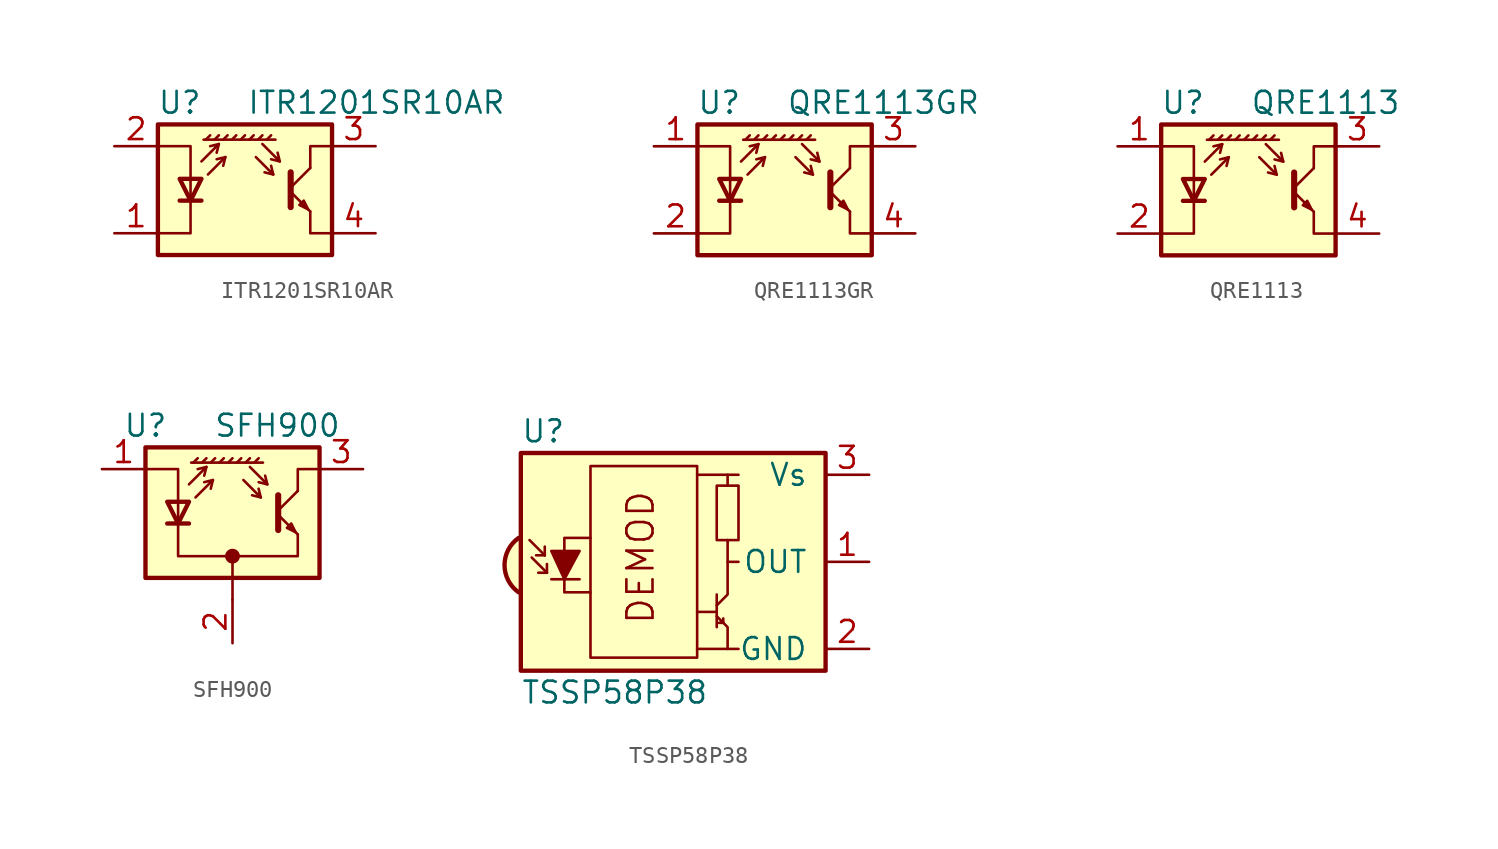
<source format=kicad_sym>
(kicad_symbol_lib
  (version 20201005)
  (generator kicad_symbol_editor)
  (symbol "ITR1201SR10AR"
    (pin_names
      (offset 0.025) hide)
    (property "Reference" "U"
      (at -3.81 5.08 0)
      (effects (font (size 1.27 1.27))))
    (property "Value" "ITR1201SR10AR"
      (at 15.24 5.08 0)
      (effects (font (size 1.27 1.27)) (justify right)))
    (symbol "ITR1201SR10AR_0_1"
      (polyline (pts (xy -3.81 -0.635) (xy -2.54 -0.635)) (stroke (width 0.254)) (fill (type none)))
      (polyline (pts (xy -2.286 2.921) (xy -2.032 3.175)) (stroke (width 0)) (fill (type none)))
      (polyline (pts (xy -1.778 2.921) (xy -1.524 3.175)) (stroke (width 0)) (fill (type none)))
      (polyline (pts (xy -1.524 2.667) (xy -1.651 2.159)) (stroke (width 0)) (fill (type none)))
      (polyline (pts (xy -1.27 2.921) (xy -1.016 3.175)) (stroke (width 0)) (fill (type none)))
      (polyline (pts (xy -1.143 1.905) (xy -1.27 1.397)) (stroke (width 0)) (fill (type none)))
      (polyline (pts (xy -0.762 2.921) (xy -0.508 3.175)) (stroke (width 0)) (fill (type none)))
      (polyline (pts (xy -0.254 2.921) (xy 0 3.175)) (stroke (width 0)) (fill (type none)))
      (polyline (pts (xy 0.254 2.921) (xy 0.508 3.175)) (stroke (width 0)) (fill (type none)))
      (polyline (pts (xy 0.762 2.921) (xy 1.016 3.175)) (stroke (width 0)) (fill (type none)))
      (polyline (pts (xy 1.27 2.921) (xy 1.524 3.175)) (stroke (width 0)) (fill (type none)))
      (polyline (pts (xy 1.651 0.889) (xy 1.143 1.016)) (stroke (width 0)) (fill (type none)))
      (polyline (pts (xy 1.778 2.921) (xy -2.413 2.921)) (stroke (width 0)) (fill (type none)))
      (polyline (pts (xy 2.032 1.651) (xy 1.524 1.778)) (stroke (width 0)) (fill (type none)))
      (polyline (pts (xy 2.667 -0.127) (xy 3.81 -1.27)) (stroke (width 0)) (fill (type none)))
      (polyline (pts (xy 2.667 0.127) (xy 3.81 1.27)) (stroke (width 0)) (fill (type none)))
      (polyline (pts (xy -2.54 1.651) (xy -1.524 2.667) (xy -2.032 2.54)) (stroke (width 0)) (fill (type none)))
      (polyline (pts (xy -2.159 0.889) (xy -1.143 1.905) (xy -1.651 1.778)) (stroke (width 0)) (fill (type none)))
      (polyline (pts (xy 0.635 1.905) (xy 1.651 0.889) (xy 1.524 1.397)) (stroke (width 0)) (fill (type none)))
      (polyline (pts (xy 1.016 2.667) (xy 2.032 1.651) (xy 1.905 2.159)) (stroke (width 0)) (fill (type none)))
      (polyline (pts (xy 2.667 1.016) (xy 2.667 -1.016) (xy 2.667 -1.016)) (stroke (width 0.356)) (fill (type none)))
      (polyline (pts (xy 3.81 -1.27) (xy 3.81 -2.54) (xy 5.08 -2.54)) (stroke (width 0)) (fill (type none)))
      (polyline (pts (xy 3.81 1.27) (xy 3.81 2.54) (xy 5.08 2.54)) (stroke (width 0)) (fill (type none)))
      (polyline (pts (xy -5.08 -2.54) (xy -3.175 -2.54) (xy -3.175 2.54) (xy -5.08 2.54)) (stroke (width 0)) (fill (type none)))
      (polyline (pts (xy -3.175 -0.635) (xy -3.81 0.635) (xy -2.54 0.635) (xy -3.175 -0.635)) (stroke (width 0.254)) (fill (type none)))
      (polyline (pts (xy 3.683 -1.143) (xy 3.429 -0.635) (xy 3.175 -0.889) (xy 3.683 -1.143)) (stroke (width 0)) (fill (type none)))
      (polyline (pts (xy -5.08 -3.81) (xy 5.08 -3.81) (xy 5.08 3.81) (xy -5.08 3.81) (xy -5.08 -3.81)) (stroke (width 0.254)) (fill (type background))))
    (symbol "ITR1201SR10AR_1_1"
      (pin passive line (at -7.62 -2.54 0) (length 2.54) (name "K" (effects (font (size 1.27 1.27)))) (number "1" (effects (font (size 1.27 1.27)))))
      (pin passive line (at -7.62 2.54 0) (length 2.54) (name "A" (effects (font (size 1.27 1.27)))) (number "2" (effects (font (size 1.27 1.27)))))
      (pin open_collector line (at 7.62 2.54 180) (length 2.54) (name "~" (effects (font (size 1.27 1.27)))) (number "3" (effects (font (size 1.27 1.27)))))
      (pin open_emitter line (at 7.62 -2.54 180) (length 2.54) (name "~" (effects (font (size 1.27 1.27)))) (number "4" (effects (font (size 1.27 1.27)))))))
  (symbol "QRE1113GR"
    (pin_names
      (offset 0.025) hide)
    (property "Reference" "U"
      (at -3.81 5.08 0)
      (effects (font (size 1.27 1.27))))
    (property "Value" "QRE1113GR"
      (at 11.43 5.08 0)
      (effects (font (size 1.27 1.27)) (justify right)))
    (symbol "QRE1113GR_0_1"
      (polyline (pts (xy -3.81 -0.635) (xy -2.54 -0.635)) (stroke (width 0.254)) (fill (type none)))
      (polyline (pts (xy -2.286 2.921) (xy -2.032 3.175)) (stroke (width 0)) (fill (type none)))
      (polyline (pts (xy -1.778 2.921) (xy -1.524 3.175)) (stroke (width 0)) (fill (type none)))
      (polyline (pts (xy -1.524 2.667) (xy -1.651 2.159)) (stroke (width 0)) (fill (type none)))
      (polyline (pts (xy -1.27 2.921) (xy -1.016 3.175)) (stroke (width 0)) (fill (type none)))
      (polyline (pts (xy -1.143 1.905) (xy -1.27 1.397)) (stroke (width 0)) (fill (type none)))
      (polyline (pts (xy -0.762 2.921) (xy -0.508 3.175)) (stroke (width 0)) (fill (type none)))
      (polyline (pts (xy -0.254 2.921) (xy 0 3.175)) (stroke (width 0)) (fill (type none)))
      (polyline (pts (xy 0.254 2.921) (xy 0.508 3.175)) (stroke (width 0)) (fill (type none)))
      (polyline (pts (xy 0.762 2.921) (xy 1.016 3.175)) (stroke (width 0)) (fill (type none)))
      (polyline (pts (xy 1.27 2.921) (xy 1.524 3.175)) (stroke (width 0)) (fill (type none)))
      (polyline (pts (xy 1.651 0.889) (xy 1.143 1.016)) (stroke (width 0)) (fill (type none)))
      (polyline (pts (xy 1.778 2.921) (xy -2.413 2.921)) (stroke (width 0)) (fill (type none)))
      (polyline (pts (xy 2.032 1.651) (xy 1.524 1.778)) (stroke (width 0)) (fill (type none)))
      (polyline (pts (xy 2.667 -0.127) (xy 3.81 -1.27)) (stroke (width 0)) (fill (type none)))
      (polyline (pts (xy 2.667 0.127) (xy 3.81 1.27)) (stroke (width 0)) (fill (type none)))
      (polyline (pts (xy -2.54 1.651) (xy -1.524 2.667) (xy -2.032 2.54)) (stroke (width 0)) (fill (type none)))
      (polyline (pts (xy -2.159 0.889) (xy -1.143 1.905) (xy -1.651 1.778)) (stroke (width 0)) (fill (type none)))
      (polyline (pts (xy 0.635 1.905) (xy 1.651 0.889) (xy 1.524 1.397)) (stroke (width 0)) (fill (type none)))
      (polyline (pts (xy 1.016 2.667) (xy 2.032 1.651) (xy 1.905 2.159)) (stroke (width 0)) (fill (type none)))
      (polyline (pts (xy 2.667 1.016) (xy 2.667 -1.016) (xy 2.667 -1.016)) (stroke (width 0.356)) (fill (type none)))
      (polyline (pts (xy 3.81 -1.27) (xy 3.81 -2.54) (xy 5.08 -2.54)) (stroke (width 0)) (fill (type none)))
      (polyline (pts (xy 3.81 1.27) (xy 3.81 2.54) (xy 5.08 2.54)) (stroke (width 0)) (fill (type none)))
      (polyline (pts (xy -5.08 -2.54) (xy -3.175 -2.54) (xy -3.175 2.54) (xy -5.08 2.54)) (stroke (width 0)) (fill (type none)))
      (polyline (pts (xy -3.175 -0.635) (xy -3.81 0.635) (xy -2.54 0.635) (xy -3.175 -0.635)) (stroke (width 0.254)) (fill (type none)))
      (polyline (pts (xy 3.683 -1.143) (xy 3.429 -0.635) (xy 3.175 -0.889) (xy 3.683 -1.143)) (stroke (width 0)) (fill (type none)))
      (polyline (pts (xy -5.08 -3.81) (xy 5.08 -3.81) (xy 5.08 3.81) (xy -5.08 3.81) (xy -5.08 -3.81)) (stroke (width 0.254)) (fill (type background))))
    (symbol "QRE1113GR_1_1"
      (pin passive line (at -7.62 2.54 0) (length 2.54) (name "A" (effects (font (size 1.27 1.27)))) (number "1" (effects (font (size 1.27 1.27)))))
      (pin passive line (at -7.62 -2.54 0) (length 2.54) (name "K" (effects (font (size 1.27 1.27)))) (number "2" (effects (font (size 1.27 1.27)))))
      (pin open_collector line (at 7.62 2.54 180) (length 2.54) (name "~" (effects (font (size 1.27 1.27)))) (number "3" (effects (font (size 1.27 1.27)))))
      (pin open_emitter line (at 7.62 -2.54 180) (length 2.54) (name "~" (effects (font (size 1.27 1.27)))) (number "4" (effects (font (size 1.27 1.27)))))))
  (symbol "QRE1113"
    (pin_names
      (offset 0.025) hide)
    (property "Reference" "U"
      (at -3.81 5.08 0)
      (effects (font (size 1.27 1.27))))
    (property "Value" "QRE1113"
      (at 8.89 5.08 0)
      (effects (font (size 1.27 1.27)) (justify right)))
    (symbol "QRE1113_0_1"
      (polyline (pts (xy -3.81 -0.635) (xy -2.54 -0.635)) (stroke (width 0.254)) (fill (type none)))
      (polyline (pts (xy -2.286 2.921) (xy -2.032 3.175)) (stroke (width 0)) (fill (type none)))
      (polyline (pts (xy -1.778 2.921) (xy -1.524 3.175)) (stroke (width 0)) (fill (type none)))
      (polyline (pts (xy -1.524 2.667) (xy -1.651 2.159)) (stroke (width 0)) (fill (type none)))
      (polyline (pts (xy -1.27 2.921) (xy -1.016 3.175)) (stroke (width 0)) (fill (type none)))
      (polyline (pts (xy -1.143 1.905) (xy -1.27 1.397)) (stroke (width 0)) (fill (type none)))
      (polyline (pts (xy -0.762 2.921) (xy -0.508 3.175)) (stroke (width 0)) (fill (type none)))
      (polyline (pts (xy -0.254 2.921) (xy 0 3.175)) (stroke (width 0)) (fill (type none)))
      (polyline (pts (xy 0.254 2.921) (xy 0.508 3.175)) (stroke (width 0)) (fill (type none)))
      (polyline (pts (xy 0.762 2.921) (xy 1.016 3.175)) (stroke (width 0)) (fill (type none)))
      (polyline (pts (xy 1.27 2.921) (xy 1.524 3.175)) (stroke (width 0)) (fill (type none)))
      (polyline (pts (xy 1.651 0.889) (xy 1.143 1.016)) (stroke (width 0)) (fill (type none)))
      (polyline (pts (xy 1.778 2.921) (xy -2.413 2.921)) (stroke (width 0)) (fill (type none)))
      (polyline (pts (xy 2.032 1.651) (xy 1.524 1.778)) (stroke (width 0)) (fill (type none)))
      (polyline (pts (xy 2.667 -0.127) (xy 3.81 -1.27)) (stroke (width 0)) (fill (type none)))
      (polyline (pts (xy 2.667 0.127) (xy 3.81 1.27)) (stroke (width 0)) (fill (type none)))
      (polyline (pts (xy -2.54 1.651) (xy -1.524 2.667) (xy -2.032 2.54)) (stroke (width 0)) (fill (type none)))
      (polyline (pts (xy -2.159 0.889) (xy -1.143 1.905) (xy -1.651 1.778)) (stroke (width 0)) (fill (type none)))
      (polyline (pts (xy 0.635 1.905) (xy 1.651 0.889) (xy 1.524 1.397)) (stroke (width 0)) (fill (type none)))
      (polyline (pts (xy 1.016 2.667) (xy 2.032 1.651) (xy 1.905 2.159)) (stroke (width 0)) (fill (type none)))
      (polyline (pts (xy 2.667 1.016) (xy 2.667 -1.016) (xy 2.667 -1.016)) (stroke (width 0.356)) (fill (type none)))
      (polyline (pts (xy 3.81 -1.27) (xy 3.81 -2.54) (xy 5.08 -2.54)) (stroke (width 0)) (fill (type none)))
      (polyline (pts (xy 3.81 1.27) (xy 3.81 2.54) (xy 5.08 2.54)) (stroke (width 0)) (fill (type none)))
      (polyline (pts (xy -5.08 -2.54) (xy -3.175 -2.54) (xy -3.175 2.54) (xy -5.08 2.54)) (stroke (width 0)) (fill (type none)))
      (polyline (pts (xy -3.175 -0.635) (xy -3.81 0.635) (xy -2.54 0.635) (xy -3.175 -0.635)) (stroke (width 0.254)) (fill (type none)))
      (polyline (pts (xy 3.683 -1.143) (xy 3.429 -0.635) (xy 3.175 -0.889) (xy 3.683 -1.143)) (stroke (width 0)) (fill (type none)))
      (polyline (pts (xy -5.08 -3.81) (xy 5.08 -3.81) (xy 5.08 3.81) (xy -5.08 3.81) (xy -5.08 -3.81)) (stroke (width 0.254)) (fill (type background))))
    (symbol "QRE1113_1_1"
      (pin passive line (at -7.62 2.54 0) (length 2.54) (name "A" (effects (font (size 1.27 1.27)))) (number "1" (effects (font (size 1.27 1.27)))))
      (pin passive line (at -7.62 -2.54 0) (length 2.54) (name "K" (effects (font (size 1.27 1.27)))) (number "2" (effects (font (size 1.27 1.27)))))
      (pin open_collector line (at 7.62 2.54 180) (length 2.54) (name "~" (effects (font (size 1.27 1.27)))) (number "3" (effects (font (size 1.27 1.27)))))
      (pin open_emitter line (at 7.62 -2.54 180) (length 2.54) (name "~" (effects (font (size 1.27 1.27)))) (number "4" (effects (font (size 1.27 1.27)))))))
  (symbol "SFH900"
    (pin_names
      (offset 1.016) hide)
    (property "Reference" "U"
      (at -5.08 5.08 0)
      (effects (font (size 1.27 1.27))))
    (property "Value" "SFH900"
      (at 6.35 5.08 0)
      (effects (font (size 1.27 1.27)) (justify right)))
    (symbol "SFH900_0_1"
      (circle (center 0 -2.54) (radius 0.356) (stroke (width 0)) (fill (type outline)))
      (polyline (pts (xy -3.81 -0.635) (xy -2.54 -0.635)) (stroke (width 0.254)) (fill (type none)))
      (polyline (pts (xy -2.286 2.921) (xy -2.032 3.175)) (stroke (width 0)) (fill (type none)))
      (polyline (pts (xy -1.778 2.921) (xy -1.524 3.175)) (stroke (width 0)) (fill (type none)))
      (polyline (pts (xy -1.524 2.667) (xy -1.651 2.159)) (stroke (width 0)) (fill (type none)))
      (polyline (pts (xy -1.27 2.921) (xy -1.016 3.175)) (stroke (width 0)) (fill (type none)))
      (polyline (pts (xy -1.143 1.905) (xy -1.27 1.397)) (stroke (width 0)) (fill (type none)))
      (polyline (pts (xy -0.762 2.921) (xy -0.508 3.175)) (stroke (width 0)) (fill (type none)))
      (polyline (pts (xy -0.254 2.921) (xy 0 3.175)) (stroke (width 0)) (fill (type none)))
      (polyline (pts (xy 0 -2.54) (xy 0 -5.08)) (stroke (width 0)) (fill (type none)))
      (polyline (pts (xy 0.254 2.921) (xy 0.508 3.175)) (stroke (width 0)) (fill (type none)))
      (polyline (pts (xy 0.762 2.921) (xy 1.016 3.175)) (stroke (width 0)) (fill (type none)))
      (polyline (pts (xy 1.27 2.921) (xy 1.524 3.175)) (stroke (width 0)) (fill (type none)))
      (polyline (pts (xy 1.651 0.889) (xy 1.143 1.016)) (stroke (width 0)) (fill (type none)))
      (polyline (pts (xy 1.778 2.921) (xy -2.413 2.921)) (stroke (width 0)) (fill (type none)))
      (polyline (pts (xy 2.032 1.651) (xy 1.524 1.778)) (stroke (width 0)) (fill (type none)))
      (polyline (pts (xy 2.667 -0.127) (xy 3.81 -1.27)) (stroke (width 0)) (fill (type none)))
      (polyline (pts (xy 2.667 0.127) (xy 3.81 1.27)) (stroke (width 0)) (fill (type none)))
      (polyline (pts (xy -2.54 1.651) (xy -1.524 2.667) (xy -2.032 2.54)) (stroke (width 0)) (fill (type none)))
      (polyline (pts (xy -2.159 0.889) (xy -1.143 1.905) (xy -1.651 1.778)) (stroke (width 0)) (fill (type none)))
      (polyline (pts (xy 0.635 1.905) (xy 1.651 0.889) (xy 1.524 1.397)) (stroke (width 0)) (fill (type none)))
      (polyline (pts (xy 1.016 2.667) (xy 2.032 1.651) (xy 1.905 2.159)) (stroke (width 0)) (fill (type none)))
      (polyline (pts (xy 2.667 1.016) (xy 2.667 -1.016) (xy 2.667 -1.016)) (stroke (width 0.356)) (fill (type none)))
      (polyline (pts (xy 3.81 1.27) (xy 3.81 2.54) (xy 5.08 2.54)) (stroke (width 0)) (fill (type none)))
      (polyline (pts (xy -3.175 -0.635) (xy -3.81 0.635) (xy -2.54 0.635) (xy -3.175 -0.635)) (stroke (width 0.254)) (fill (type none)))
      (polyline (pts (xy 3.683 -1.143) (xy 3.429 -0.635) (xy 3.175 -0.889) (xy 3.683 -1.143)) (stroke (width 0)) (fill (type none)))
      (polyline (pts (xy -5.08 2.54) (xy -3.175 2.54) (xy -3.175 -2.54) (xy 3.81 -2.54) (xy 3.81 -1.27)) (stroke (width 0)) (fill (type none)))
      (polyline (pts (xy -5.08 -3.81) (xy 5.08 -3.81) (xy 5.08 3.81) (xy -5.08 3.81) (xy -5.08 -3.81)) (stroke (width 0.254)) (fill (type background))))
    (symbol "SFH900_1_1"
      (pin passive line (at -7.62 2.54 0) (length 2.54) (name "A" (effects (font (size 1.27 1.27)))) (number "1" (effects (font (size 1.27 1.27)))))
      (pin passive line (at 0 -7.62 90) (length 2.54) (name "K" (effects (font (size 1.27 1.27)))) (number "2" (effects (font (size 1.27 1.27)))))
      (pin open_collector line (at 7.62 2.54 180) (length 2.54) (name "C" (effects (font (size 1.27 1.27)))) (number "3" (effects (font (size 1.27 1.27)))))))
  (symbol "TSSP58P38"
    (pin_names
      (offset 1.016))
    (property "Reference" "U"
      (at -10.16 7.62 0)
      (effects (font (size 1.27 1.27)) (justify left)))
    (property "Value" "TSSP58P38"
      (at -10.16 -7.62 0)
      (effects (font (size 1.27 1.27)) (justify left)))
    (symbol "TSSP58P38_0_0"
      (arc (start -10.287 1.397) (end -10.287 -1.778) (radius (at -9.144 -0.1778) (length 1.9558) (angles 126 -125.5)) (stroke (width 0.254)) (fill (type background)))
      (text "DEMOD" (at -3.175 0.254 900) (effects (font (size 1.524 1.524))))
      (polyline (pts (xy 1.905 -5.08) (xy 0.127 -5.08)) (stroke (width 0)) (fill (type none)))
      (polyline (pts (xy 1.905 5.08) (xy 0.127 5.08)) (stroke (width 0)) (fill (type none))))
    (symbol "TSSP58P38_0_1"
      (rectangle (start -6.096 5.588) (end 0.127 -5.588) (stroke (width 0)) (fill (type none)))
      (rectangle (start 2.54 1.27) (end 1.27 4.445) (stroke (width 0)) (fill (type none)))
      (rectangle (start 7.62 6.35) (end -10.16 -6.35) (stroke (width 0.254)) (fill (type background)))
      (polyline (pts (xy -8.763 0.381) (xy -9.652 1.27)) (stroke (width 0)) (fill (type none)))
      (polyline (pts (xy -8.763 0.381) (xy -9.271 0.381)) (stroke (width 0)) (fill (type none)))
      (polyline (pts (xy -8.763 0.381) (xy -8.763 0.889)) (stroke (width 0)) (fill (type none)))
      (polyline (pts (xy -8.636 -0.635) (xy -9.525 0.254)) (stroke (width 0)) (fill (type none)))
      (polyline (pts (xy -8.636 -0.635) (xy -9.144 -0.635)) (stroke (width 0)) (fill (type none)))
      (polyline (pts (xy -8.636 -0.635) (xy -8.636 -0.127)) (stroke (width 0)) (fill (type none)))
      (polyline (pts (xy -8.382 -1.016) (xy -6.731 -1.016)) (stroke (width 0)) (fill (type none)))
      (polyline (pts (xy 1.27 -2.921) (xy 0.127 -2.921)) (stroke (width 0)) (fill (type none)))
      (polyline (pts (xy 1.27 -1.905) (xy 1.27 -3.81)) (stroke (width 0)) (fill (type none)))
      (polyline (pts (xy 1.397 -3.556) (xy 1.524 -3.556)) (stroke (width 0)) (fill (type none)))
      (polyline (pts (xy 1.651 -3.556) (xy 1.524 -3.556)) (stroke (width 0)) (fill (type none)))
      (polyline (pts (xy 1.651 -3.556) (xy 1.651 -3.302)) (stroke (width 0)) (fill (type none)))
      (polyline (pts (xy 1.905 0) (xy 1.905 1.27)) (stroke (width 0)) (fill (type none)))
      (polyline (pts (xy 1.905 4.445) (xy 1.905 5.08) (xy 2.54 5.08)) (stroke (width 0)) (fill (type none)))
      (polyline (pts (xy -6.096 1.397) (xy -7.62 1.397) (xy -7.62 -1.778) (xy -6.096 -1.778)) (stroke (width 0)) (fill (type none)))
      (polyline (pts (xy 1.27 -3.175) (xy 1.905 -3.81) (xy 1.905 -5.08) (xy 2.54 -5.08)) (stroke (width 0)) (fill (type none)))
      (polyline (pts (xy 1.27 -2.54) (xy 1.905 -1.905) (xy 1.905 0) (xy 2.54 0)) (stroke (width 0)) (fill (type none)))
      (polyline (pts (xy -8.382 0.635) (xy -6.731 0.635) (xy -7.62 -1.016) (xy -8.382 0.635)) (stroke (width 0)) (fill (type outline))))
    (symbol "TSSP58P38_1_1"
      (pin output line (at 10.16 0 180) (length 2.54) (name "OUT" (effects (font (size 1.27 1.27)))) (number "1" (effects (font (size 1.27 1.27)))))
      (pin power_in line (at 10.16 -5.08 180) (length 2.54) (name "GND" (effects (font (size 1.27 1.27)))) (number "2" (effects (font (size 1.27 1.27)))))
      (pin power_in line (at 10.16 5.08 180) (length 2.54) (name "Vs" (effects (font (size 1.27 1.27)))) (number "3" (effects (font (size 1.27 1.27))))))))
</source>
